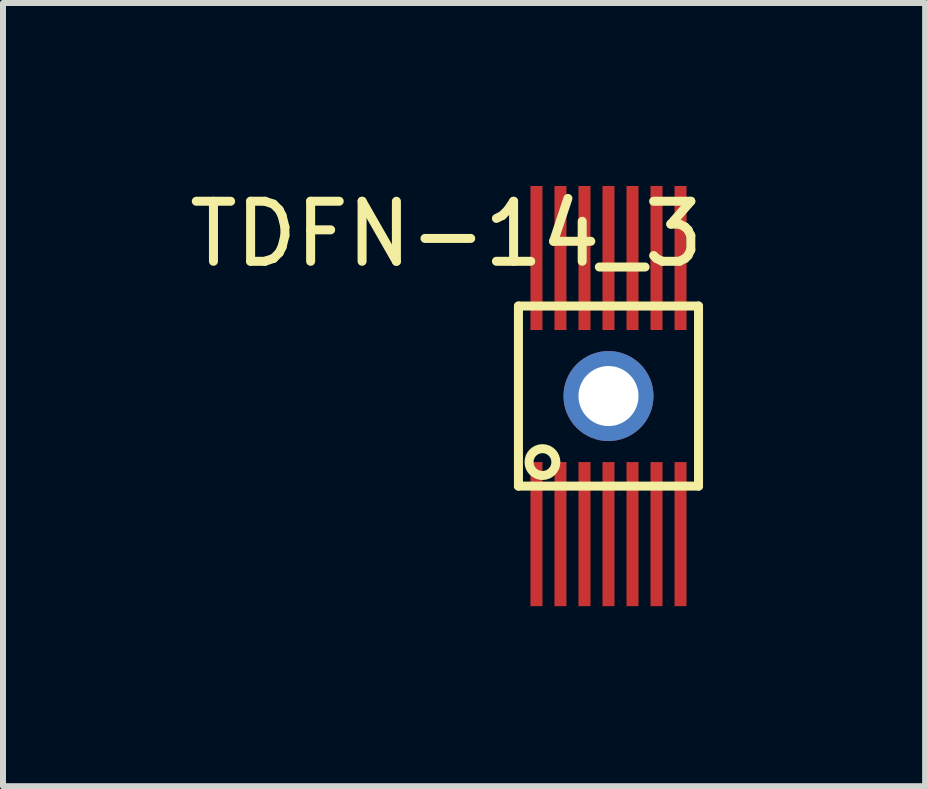
<source format=kicad_pcb>
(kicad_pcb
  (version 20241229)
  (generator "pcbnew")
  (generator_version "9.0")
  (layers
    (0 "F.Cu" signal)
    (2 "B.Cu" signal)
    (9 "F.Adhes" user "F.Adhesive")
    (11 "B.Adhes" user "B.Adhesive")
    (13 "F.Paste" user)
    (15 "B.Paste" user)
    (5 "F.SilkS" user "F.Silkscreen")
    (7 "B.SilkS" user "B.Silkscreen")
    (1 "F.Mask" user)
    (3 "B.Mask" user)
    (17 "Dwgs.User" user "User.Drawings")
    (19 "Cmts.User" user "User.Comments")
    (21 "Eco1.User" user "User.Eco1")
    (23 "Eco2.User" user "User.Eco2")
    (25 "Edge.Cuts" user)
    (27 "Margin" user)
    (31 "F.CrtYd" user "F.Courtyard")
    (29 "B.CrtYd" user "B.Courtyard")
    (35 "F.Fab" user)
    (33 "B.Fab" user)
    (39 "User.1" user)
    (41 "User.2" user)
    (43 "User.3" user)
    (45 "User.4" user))
  (footprint "TDFN-14_3"
    (layer "F.Cu")
    (at 7.087 3.548)
    (property "Reference" "TDFN-14_3" (at -2.7 -2.7 0) (layer "F.SilkS") (effects (font (size 1 1) (thickness 0.15))))
    (attr through_hole)
    (fp_line (start -2.2 -1) (end 2.2 -1) (stroke (width 0.15) (type solid)) (layer "F.Mask"))
    (fp_line (start -2.2 -0.7) (end 2.2 -0.7) (stroke (width 0.15) (type solid)) (layer "F.Mask"))
    (fp_line (start -2.2 -0.6) (end 2.2 -0.6) (stroke (width 0.15) (type solid)) (layer "F.Mask"))
    (fp_line (start -2.2 -0.5) (end 2.2 -0.5) (stroke (width 0.15) (type solid)) (layer "F.Mask"))
    (fp_line (start -2.2 -0.4) (end 2.2 -0.4) (stroke (width 0.15) (type solid)) (layer "F.Mask"))
    (fp_line (start -2.2 -0.3) (end 2.2 -0.3) (stroke (width 0.15) (type solid)) (layer "F.Mask"))
    (fp_line (start -2.2 0) (end 2.2 0) (stroke (width 0.15) (type solid)) (layer "F.Mask"))
    (fp_line (start -2.2 0.1) (end 2.2 0.1) (stroke (width 0.15) (type solid)) (layer "F.Mask"))
    (fp_line (start -2.2 0.3) (end 2.2 0.3) (stroke (width 0.15) (type solid)) (layer "F.Mask"))
    (fp_line (start -2.2 0.4) (end 2.2 0.4) (stroke (width 0.15) (type solid)) (layer "F.Mask"))
    (fp_line (start -2.2 0.6) (end 2.2 0.6) (stroke (width 0.15) (type solid)) (layer "F.Mask"))
    (fp_line (start -2.2 0.8) (end 2.2 0.8) (stroke (width 0.15) (type solid)) (layer "F.Mask"))
    (fp_line (start -2.2 1) (end -2.2 -1) (stroke (width 0.15) (type solid)) (layer "F.Mask"))
    (fp_line (start -2.1 -0.8) (end 2.2 -0.8) (stroke (width 0.15) (type solid)) (layer "F.Mask"))
    (fp_line (start 2.2 -1) (end 2.2 1) (stroke (width 0.15) (type solid)) (layer "F.Mask"))
    (fp_line (start 2.2 -0.9) (end -2.2 -0.9) (stroke (width 0.15) (type solid)) (layer "F.Mask"))
    (fp_line (start 2.2 -0.2) (end -2.2 -0.2) (stroke (width 0.15) (type solid)) (layer "F.Mask"))
    (fp_line (start 2.2 -0.1) (end -2.2 -0.1) (stroke (width 0.15) (type solid)) (layer "F.Mask"))
    (fp_line (start 2.2 0.2) (end -2.2 0.2) (stroke (width 0.15) (type solid)) (layer "F.Mask"))
    (fp_line (start 2.2 0.4) (end 2.2 0.3) (stroke (width 0.15) (type solid)) (layer "F.Mask"))
    (fp_line (start 2.2 0.5) (end -2.2 0.5) (stroke (width 0.15) (type solid)) (layer "F.Mask"))
    (fp_line (start 2.2 0.7) (end -2.2 0.7) (stroke (width 0.15) (type solid)) (layer "F.Mask"))
    (fp_line (start 2.2 0.9) (end -2.2 0.9) (stroke (width 0.15) (type solid)) (layer "F.Mask"))
    (fp_line (start 2.2 1) (end -2.2 1) (stroke (width 0.15) (type solid)) (layer "F.Mask"))
    (fp_line (start -1.5 -1.5) (end 1.5 -1.5) (stroke (width 0.15) (type solid)) (layer "F.SilkS"))
    (fp_line (start -1.5 1.5) (end -1.5 -1.5) (stroke (width 0.15) (type solid)) (layer "F.SilkS"))
    (fp_line (start 1.5 -1.5) (end 1.5 1.5) (stroke (width 0.15) (type solid)) (layer "F.SilkS"))
    (fp_line (start 1.5 1.5) (end -1.5 1.5) (stroke (width 0.15) (type solid)) (layer "F.SilkS"))
    (fp_circle (center -1.1 1.1) (end -1 1.3) (stroke (width 0.15) (type solid)) (fill no) (layer "F.SilkS"))
    (pad "1" smd rect (at -1.2 2.3) (size 0.2 2.4) (layers "F.Cu" "F.Mask" "F.Paste"))
    (pad "2" smd rect (at -0.8 2.3) (size 0.2 2.4) (layers "F.Cu" "F.Mask" "F.Paste"))
    (pad "3" smd rect (at -0.4 2.3) (size 0.2 2.4) (layers "F.Cu" "F.Mask" "F.Paste"))
    (pad "4" smd rect (at 0 2.3) (size 0.2 2.4) (layers "F.Cu" "F.Mask" "F.Paste"))
    (pad "5" smd rect (at 0.4 2.3) (size 0.2 2.4) (layers "F.Cu" "F.Mask" "F.Paste"))
    (pad "6" smd rect (at 0.8 2.3) (size 0.2 2.4) (layers "F.Cu" "F.Mask" "F.Paste"))
    (pad "7" smd rect (at 1.2 2.3) (size 0.2 2.4) (layers "F.Cu" "F.Mask" "F.Paste"))
    (pad "8" thru_hole circle (at 0 0) (size 1.5 1.5) (drill 1) (layers "*.Cu"))
    (pad "8" smd rect (at 1.2 -2.3) (size 0.2 2.4) (layers "F.Cu" "F.Mask" "F.Paste"))
    (pad "9" smd rect (at 0.8 -2.3) (size 0.2 2.4) (layers "F.Cu" "F.Mask" "F.Paste"))
    (pad "10" smd rect (at 0.4 -2.3) (size 0.2 2.4) (layers "F.Cu" "F.Mask" "F.Paste"))
    (pad "11" smd rect (at 0 -2.3) (size 0.2 2.4) (layers "F.Cu" "F.Mask" "F.Paste"))
    (pad "12" smd rect (at -0.4 -2.3) (size 0.2 2.4) (layers "F.Cu" "F.Mask" "F.Paste"))
    (pad "13" smd rect (at -0.8 -2.3) (size 0.2 2.4) (layers "F.Cu" "F.Mask" "F.Paste"))
    (pad "14" smd rect (at -1.2 -2.3) (size 0.2 2.4) (layers "F.Cu" "F.Mask" "F.Paste")))
  (gr_rect
    (start -3 -3)
    (end 12.362 10.048)
    (stroke (width 0.1) (type default))
    (fill no)
    (layer "Edge.Cuts")))
</source>
